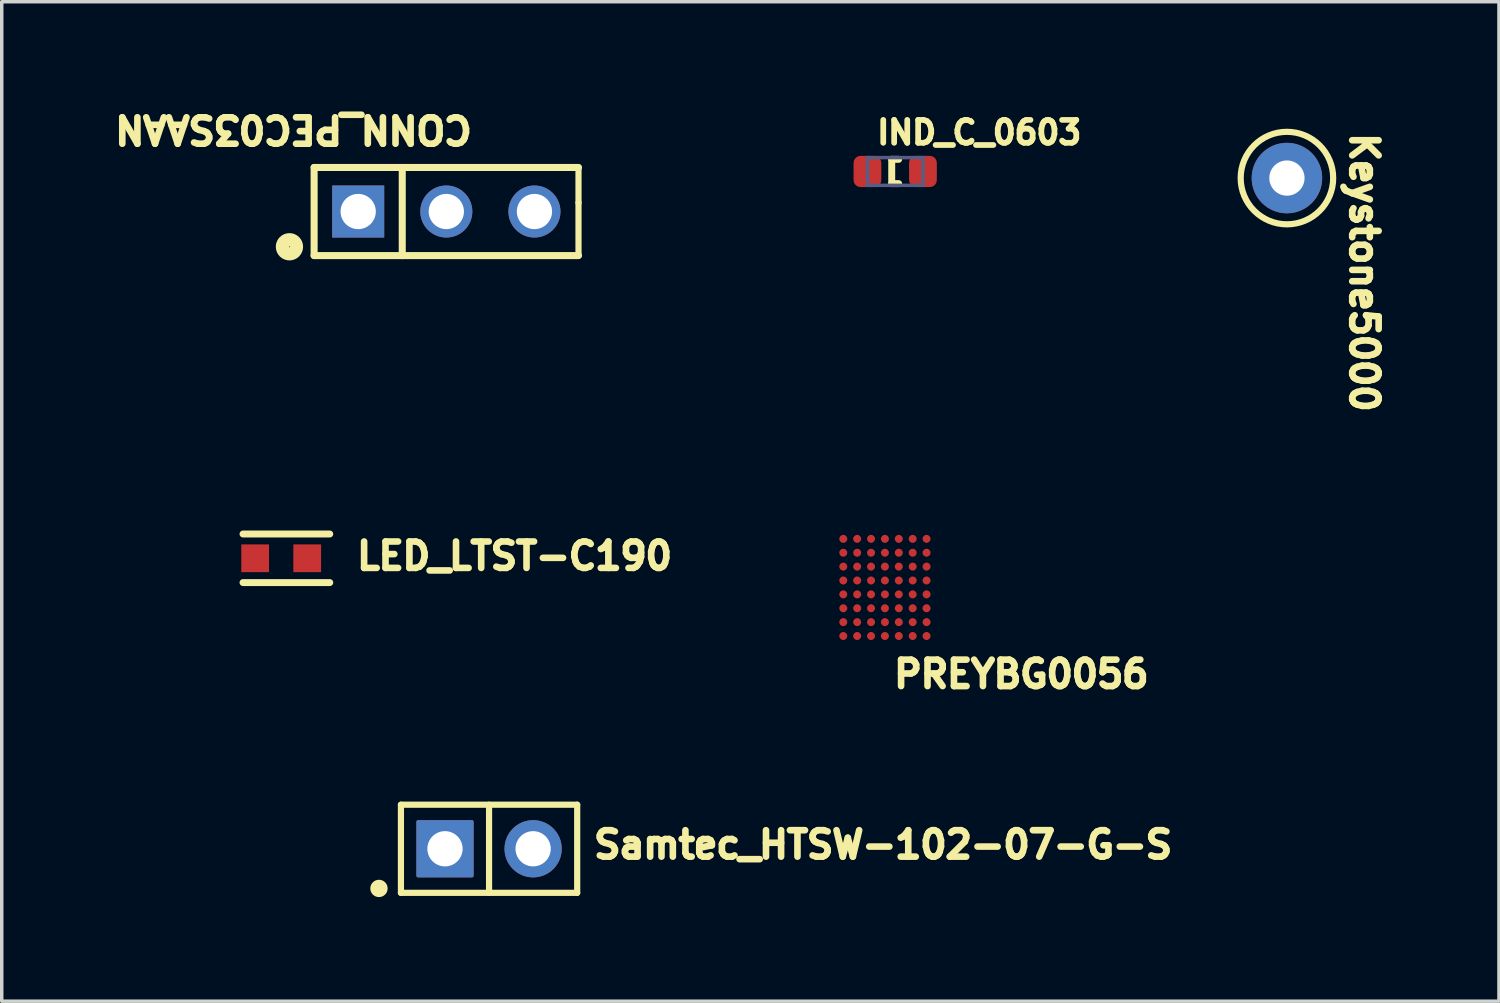
<source format=kicad_pcb>
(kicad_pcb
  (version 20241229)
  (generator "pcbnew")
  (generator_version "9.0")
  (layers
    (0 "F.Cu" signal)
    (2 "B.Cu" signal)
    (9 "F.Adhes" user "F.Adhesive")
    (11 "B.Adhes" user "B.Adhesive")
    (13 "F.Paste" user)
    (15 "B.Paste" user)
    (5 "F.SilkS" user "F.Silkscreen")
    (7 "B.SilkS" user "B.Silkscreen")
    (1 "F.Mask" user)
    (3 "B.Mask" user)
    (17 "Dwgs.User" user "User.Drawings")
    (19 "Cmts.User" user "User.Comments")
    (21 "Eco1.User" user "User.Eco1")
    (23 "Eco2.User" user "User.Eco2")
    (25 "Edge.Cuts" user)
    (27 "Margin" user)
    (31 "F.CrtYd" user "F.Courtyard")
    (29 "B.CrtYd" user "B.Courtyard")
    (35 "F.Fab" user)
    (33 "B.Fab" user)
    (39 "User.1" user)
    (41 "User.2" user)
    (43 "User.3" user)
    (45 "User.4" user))
  (footprint "Samtec_HTSW-102-07-G-S"
    (layer "F.Cu")
    (at 11.045 21.412)
    (property "Reference" "Samtec_HTSW-102-07-G-S" (at 2.921 0.33 0) (unlocked yes) (layer "F.SilkS") (effects (font (size 0.762 0.762) (thickness 0.254) (bold yes)) (justify left bottom)))
    (fp_line (start -2.54 -1.27) (end 2.54 -1.27) (stroke (width 0.178) (type solid)) (layer "F.SilkS"))
    (fp_line (start -2.54 1.27) (end -2.54 -1.27) (stroke (width 0.178) (type solid)) (layer "F.SilkS"))
    (fp_line (start -2.54 1.27) (end 2.54 1.27) (stroke (width 0.178) (type solid)) (layer "F.SilkS"))
    (fp_line (start 0 1.27) (end 0 -1.27) (stroke (width 0.178) (type solid)) (layer "F.SilkS"))
    (fp_line (start 2.54 1.27) (end 2.54 -1.27) (stroke (width 0.178) (type solid)) (layer "F.SilkS"))
    (fp_circle (center -3.173 1.143) (end -3.173 1.018) (stroke (width 0.25) (type solid)) (fill no) (layer "F.SilkS"))
    (fp_line (start -2.54 -1.27) (end 2.54 -1.27) (stroke (width 0.127) (type solid)) (layer "User.5"))
    (fp_line (start -2.54 1.27) (end -2.54 -1.27) (stroke (width 0.127) (type solid)) (layer "User.5"))
    (fp_line (start -2.54 1.27) (end 2.54 1.27) (stroke (width 0.127) (type solid)) (layer "User.5"))
    (fp_line (start 2.54 1.27) (end 2.54 -1.27) (stroke (width 0.127) (type solid)) (layer "User.5"))
    (fp_text user "${REFERENCE}" (at -1.524 0.508 0) (unlocked yes) (layer "User.5") (effects (font (size 0.864 0.864) (thickness 0.127))))
    (pad "1" thru_hole roundrect (at -1.27 0) (size 1.65 1.65) (drill 1.016) (layers "*.Cu" "*.Mask") (roundrect_rratio 0.03))
    (pad "2" thru_hole circle (at 1.27 0) (size 1.65 1.65) (drill 1.016) (layers "*.Cu" "*.Mask")))
  (footprint "IND_C_0603"
    (layer "F.Cu")
    (at 22.75 1.892)
    (property "Reference" "IND_C_0603" (at -0.61 -0.737 0) (unlocked yes) (layer "F.SilkS") (effects (font (size 0.66 0.66) (thickness 0.254) (bold yes)) (justify left bottom)))
    (fp_line (start -0.1 -0.35) (end -0.1 0.35) (stroke (width 0.2) (type solid)) (layer "F.SilkS"))
    (fp_line (start 0.1 -0.35) (end -0.1 -0.35) (stroke (width 0.2) (type solid)) (layer "F.SilkS"))
    (fp_line (start 0.1 0.35) (end -0.1 0.35) (stroke (width 0.2) (type solid)) (layer "F.SilkS"))
    (fp_line (start -1.4 -0.65) (end -1.4 0.65) (stroke (width 0.1) (type solid)) (layer "Eco1.User"))
    (fp_line (start -0.2 -0.3) (end -0.2 0.29) (stroke (width 0.1) (type solid)) (layer "Eco1.User"))
    (fp_line (start 0.2 0.29) (end -0.2 0.29) (stroke (width 0.1) (type solid)) (layer "Eco1.User"))
    (fp_line (start 1.4 -0.65) (end -1.4 -0.65) (stroke (width 0.1) (type solid)) (layer "Eco1.User"))
    (fp_line (start 1.4 -0.65) (end 1.4 0.65) (stroke (width 0.1) (type solid)) (layer "Eco1.User"))
    (fp_line (start 1.4 0.65) (end -1.4 0.65) (stroke (width 0.1) (type solid)) (layer "Eco1.User"))
    (fp_line (start -0.8 -0.4) (end -0.8 0.4) (stroke (width 0.1) (type solid)) (layer "Eco2.User"))
    (fp_line (start 0.8 -0.4) (end -0.8 -0.4) (stroke (width 0.1) (type solid)) (layer "Eco2.User"))
    (fp_line (start 0.8 -0.4) (end 0.8 0.4) (stroke (width 0.1) (type solid)) (layer "Eco2.User"))
    (fp_line (start 0.8 0.4) (end -0.8 0.4) (stroke (width 0.1) (type solid)) (layer "Eco2.User"))
    (fp_line (start -0.8 -0.4) (end -0.8 0.4) (stroke (width 0.1) (type solid)) (layer "B.Fab"))
    (fp_line (start 0.8 -0.4) (end -0.8 -0.4) (stroke (width 0.1) (type solid)) (layer "B.Fab"))
    (fp_line (start 0.8 -0.4) (end 0.8 0.4) (stroke (width 0.1) (type solid)) (layer "B.Fab"))
    (fp_line (start 0.8 0.4) (end -0.8 0.4) (stroke (width 0.1) (type solid)) (layer "B.Fab"))
    (fp_text user "${REFERENCE}" (at -0.94 -0.483 0) (unlocked yes) (layer "Eco2.User") (effects (font (size 0.635 0.635) (thickness 0.06) (bold yes))))
    (pad "1" smd roundrect (at -0.8 0 90) (size 0.9 0.8) (layers "F.Cu" "F.Mask" "F.Paste") (roundrect_rratio 0.25))
    (pad "2" smd roundrect (at 0.8 0 90) (size 0.9 0.8) (layers "F.Cu" "F.Mask" "F.Paste") (roundrect_rratio 0.25)))
  (footprint "Keystone5000"
    (layer "F.Cu")
    (at 34.04 2.082)
    (property "Reference" "Keystone5000" (at 1.778 -1.397 270) (unlocked yes) (layer "F.SilkS") (effects (font (size 0.762 0.762) (thickness 0.254) (bold yes)) (justify left bottom)))
    (fp_circle (center 0 0) (end 1.333 0) (stroke (width 0.178) (type solid)) (fill no) (layer "F.SilkS"))
    (fp_circle (center 0 0) (end 1.333 0) (stroke (width 0.1) (type solid)) (fill no) (layer "User.5"))
    (fp_text user "${REFERENCE}" (at -2.286 0.381 270) (unlocked yes) (layer "User.5") (effects (font (size 0.457 0.457) (thickness 0.076))))
    (pad "1" thru_hole circle (at 0 0) (size 2.032 2.032) (drill 1.016) (layers "*.Cu" "*.Mask")))
  (footprint "CONN_PEC03SAAN"
    (layer "F.Cu")
    (at 9.813 3.046)
    (property "Reference" "CONN_PEC03SAAN" (at 0.838 -2.819 180) (unlocked yes) (layer "F.SilkS") (effects (font (size 0.762 0.762) (thickness 0.254) (bold yes)) (justify left bottom)))
    (fp_line (start -3.81 1.27) (end -3.81 -1.27) (stroke (width 0.203) (type solid)) (layer "F.SilkS"))
    (fp_line (start -1.27 1.27) (end -3.81 1.27) (stroke (width 0.203) (type solid)) (layer "F.SilkS"))
    (fp_line (start -1.27 1.27) (end -1.27 -1.27) (stroke (width 0.203) (type solid)) (layer "F.SilkS"))
    (fp_line (start 3.81 -1.27) (end -3.81 -1.27) (stroke (width 0.203) (type solid)) (layer "F.SilkS"))
    (fp_line (start 3.81 -0.254) (end 3.81 -1.27) (stroke (width 0.178) (type solid)) (layer "F.SilkS"))
    (fp_line (start 3.81 1.27) (end -1.27 1.27) (stroke (width 0.203) (type solid)) (layer "F.SilkS"))
    (fp_line (start 3.81 1.27) (end 3.81 -0.254) (stroke (width 0.178) (type solid)) (layer "F.SilkS"))
    (fp_circle (center -4.521 1.016) (end -4.724 1.016) (stroke (width 0.381) (type solid)) (fill no) (layer "F.SilkS"))
    (fp_line (start -3.81 1.27) (end -3.81 -1.27) (stroke (width 0.127) (type solid)) (layer "User.5"))
    (fp_line (start 3.81 -1.27) (end -3.81 -1.27) (stroke (width 0.127) (type solid)) (layer "User.5"))
    (fp_line (start 3.81 1.27) (end -3.81 1.27) (stroke (width 0.127) (type solid)) (layer "User.5"))
    (fp_line (start 3.81 1.27) (end 3.81 -1.27) (stroke (width 0.127) (type solid)) (layer "User.5"))
    (fp_text user "${REFERENCE}" (at 0.965 -0.406 180) (unlocked yes) (layer "User.5") (effects (font (size 0.762 0.762) (thickness 0.102))))
    (pad "1" thru_hole rect (at -2.54 0) (size 1.5 1.5) (drill 1.016) (layers "*.Cu" "*.Mask"))
    (pad "2" thru_hole circle (at 0 0) (size 1.5 1.5) (drill 1.016) (layers "*.Cu" "*.Mask"))
    (pad "3" thru_hole circle (at 2.54 0) (size 1.5 1.5) (drill 1.016) (layers "*.Cu" "*.Mask")))
  (footprint "PREYBG0056"
    (layer "F.Cu")
    (at 22.454 13.88)
    (property "Reference" "PREYBG0056" (at 0.159 2.946 0) (unlocked yes) (layer "F.SilkS") (effects (font (size 0.762 0.762) (thickness 0.254) (bold yes)) (justify left bottom)))
    (fp_line (start -1.492 -1.743) (end 1.492 -1.743) (stroke (width 0.1) (type solid)) (layer "User.5"))
    (fp_line (start -1.492 1.743) (end -1.492 -1.743) (stroke (width 0.1) (type solid)) (layer "User.5"))
    (fp_line (start -1.492 1.743) (end 1.492 1.743) (stroke (width 0.1) (type solid)) (layer "User.5"))
    (fp_line (start 1.492 1.743) (end 1.492 -1.743) (stroke (width 0.1) (type solid)) (layer "User.5"))
    (fp_circle (center -1.2 -1.4) (end -1.2 -1.6) (stroke (width 0.1) (type solid)) (fill no) (layer "User.5"))
    (fp_text user "${REFERENCE}" (at -0.349 0.152 0) (unlocked yes) (layer "User.5") (effects (font (size 0.508 0.508) (thickness 0.089))))
    (pad "A1" smd circle (at -1.2 -1.4) (size 0.23 0.23) (layers "F.Cu" "F.Mask" "F.Paste"))
    (pad "A2" smd circle (at -0.8 -1.4) (size 0.23 0.23) (layers "F.Cu" "F.Mask" "F.Paste"))
    (pad "A3" smd circle (at -0.4 -1.4) (size 0.23 0.23) (layers "F.Cu" "F.Mask" "F.Paste"))
    (pad "A4" smd circle (at 0 -1.4) (size 0.23 0.23) (layers "F.Cu" "F.Mask" "F.Paste"))
    (pad "A5" smd circle (at 0.4 -1.4) (size 0.23 0.23) (layers "F.Cu" "F.Mask" "F.Paste"))
    (pad "A6" smd circle (at 0.8 -1.4) (size 0.23 0.23) (layers "F.Cu" "F.Mask" "F.Paste"))
    (pad "A7" smd circle (at 1.2 -1.4) (size 0.23 0.23) (layers "F.Cu" "F.Mask" "F.Paste"))
    (pad "B1" smd circle (at -1.2 -1) (size 0.23 0.23) (layers "F.Cu" "F.Mask" "F.Paste"))
    (pad "B2" smd circle (at -0.8 -1) (size 0.23 0.23) (layers "F.Cu" "F.Mask" "F.Paste"))
    (pad "B3" smd circle (at -0.4 -1) (size 0.23 0.23) (layers "F.Cu" "F.Mask" "F.Paste"))
    (pad "B4" smd circle (at 0 -1) (size 0.23 0.23) (layers "F.Cu" "F.Mask" "F.Paste"))
    (pad "B5" smd circle (at 0.4 -1) (size 0.23 0.23) (layers "F.Cu" "F.Mask" "F.Paste"))
    (pad "B6" smd circle (at 0.8 -1) (size 0.23 0.23) (layers "F.Cu" "F.Mask" "F.Paste"))
    (pad "B7" smd circle (at 1.2 -1) (size 0.23 0.23) (layers "F.Cu" "F.Mask" "F.Paste"))
    (pad "C1" smd circle (at -1.2 -0.6) (size 0.23 0.23) (layers "F.Cu" "F.Mask" "F.Paste"))
    (pad "C2" smd circle (at -0.8 -0.6) (size 0.23 0.23) (layers "F.Cu" "F.Mask" "F.Paste"))
    (pad "C3" smd circle (at -0.4 -0.6) (size 0.23 0.23) (layers "F.Cu" "F.Mask" "F.Paste"))
    (pad "C4" smd circle (at 0 -0.6) (size 0.23 0.23) (layers "F.Cu" "F.Mask" "F.Paste"))
    (pad "C5" smd circle (at 0.4 -0.6) (size 0.23 0.23) (layers "F.Cu" "F.Mask" "F.Paste"))
    (pad "C6" smd circle (at 0.8 -0.6) (size 0.23 0.23) (layers "F.Cu" "F.Mask" "F.Paste"))
    (pad "C7" smd circle (at 1.2 -0.6) (size 0.23 0.23) (layers "F.Cu" "F.Mask" "F.Paste"))
    (pad "D1" smd circle (at -1.2 -0.2) (size 0.23 0.23) (layers "F.Cu" "F.Mask" "F.Paste"))
    (pad "D2" smd circle (at -0.8 -0.2) (size 0.23 0.23) (layers "F.Cu" "F.Mask" "F.Paste"))
    (pad "D3" smd circle (at -0.4 -0.2) (size 0.23 0.23) (layers "F.Cu" "F.Mask" "F.Paste"))
    (pad "D4" smd circle (at 0 -0.2) (size 0.23 0.23) (layers "F.Cu" "F.Mask" "F.Paste"))
    (pad "D5" smd circle (at 0.4 -0.2) (size 0.23 0.23) (layers "F.Cu" "F.Mask" "F.Paste"))
    (pad "D6" smd circle (at 0.8 -0.2) (size 0.23 0.23) (layers "F.Cu" "F.Mask" "F.Paste"))
    (pad "D7" smd circle (at 1.2 -0.2) (size 0.23 0.23) (layers "F.Cu" "F.Mask" "F.Paste"))
    (pad "E1" smd circle (at -1.2 0.2) (size 0.23 0.23) (layers "F.Cu" "F.Mask" "F.Paste"))
    (pad "E2" smd circle (at -0.8 0.2) (size 0.23 0.23) (layers "F.Cu" "F.Mask" "F.Paste"))
    (pad "E3" smd circle (at -0.4 0.2) (size 0.23 0.23) (layers "F.Cu" "F.Mask" "F.Paste"))
    (pad "E4" smd circle (at 0 0.2) (size 0.23 0.23) (layers "F.Cu" "F.Mask" "F.Paste"))
    (pad "E5" smd circle (at 0.4 0.2) (size 0.23 0.23) (layers "F.Cu" "F.Mask" "F.Paste"))
    (pad "E6" smd circle (at 0.8 0.2) (size 0.23 0.23) (layers "F.Cu" "F.Mask" "F.Paste"))
    (pad "E7" smd circle (at 1.2 0.2) (size 0.23 0.23) (layers "F.Cu" "F.Mask" "F.Paste"))
    (pad "F1" smd circle (at -1.2 0.6) (size 0.23 0.23) (layers "F.Cu" "F.Mask" "F.Paste"))
    (pad "F2" smd circle (at -0.8 0.6) (size 0.23 0.23) (layers "F.Cu" "F.Mask" "F.Paste"))
    (pad "F3" smd circle (at -0.4 0.6) (size 0.23 0.23) (layers "F.Cu" "F.Mask" "F.Paste"))
    (pad "F4" smd circle (at 0 0.6) (size 0.23 0.23) (layers "F.Cu" "F.Mask" "F.Paste"))
    (pad "F5" smd circle (at 0.4 0.6) (size 0.23 0.23) (layers "F.Cu" "F.Mask" "F.Paste"))
    (pad "F6" smd circle (at 0.8 0.6) (size 0.23 0.23) (layers "F.Cu" "F.Mask" "F.Paste"))
    (pad "F7" smd circle (at 1.2 0.6) (size 0.23 0.23) (layers "F.Cu" "F.Mask" "F.Paste"))
    (pad "G1" smd circle (at -1.2 1) (size 0.23 0.23) (layers "F.Cu" "F.Mask" "F.Paste"))
    (pad "G2" smd circle (at -0.8 1) (size 0.23 0.23) (layers "F.Cu" "F.Mask" "F.Paste"))
    (pad "G3" smd circle (at -0.4 1) (size 0.23 0.23) (layers "F.Cu" "F.Mask" "F.Paste"))
    (pad "G4" smd circle (at 0 1) (size 0.23 0.23) (layers "F.Cu" "F.Mask" "F.Paste"))
    (pad "G5" smd circle (at 0.4 1) (size 0.23 0.23) (layers "F.Cu" "F.Mask" "F.Paste"))
    (pad "G6" smd circle (at 0.8 1) (size 0.23 0.23) (layers "F.Cu" "F.Mask" "F.Paste"))
    (pad "G7" smd circle (at 1.2 1) (size 0.23 0.23) (layers "F.Cu" "F.Mask" "F.Paste"))
    (pad "H1" smd circle (at -1.2 1.4) (size 0.23 0.23) (layers "F.Cu" "F.Mask" "F.Paste"))
    (pad "H2" smd circle (at -0.8 1.4) (size 0.23 0.23) (layers "F.Cu" "F.Mask" "F.Paste"))
    (pad "H3" smd circle (at -0.4 1.4) (size 0.23 0.23) (layers "F.Cu" "F.Mask" "F.Paste"))
    (pad "H4" smd circle (at 0 1.4) (size 0.23 0.23) (layers "F.Cu" "F.Mask" "F.Paste"))
    (pad "H5" smd circle (at 0.4 1.4) (size 0.23 0.23) (layers "F.Cu" "F.Mask" "F.Paste"))
    (pad "H6" smd circle (at 0.8 1.4) (size 0.23 0.23) (layers "F.Cu" "F.Mask" "F.Paste"))
    (pad "H7" smd circle (at 1.2 1.4) (size 0.23 0.23) (layers "F.Cu" "F.Mask" "F.Paste")))
  (footprint "LED_LTST-C190"
    (layer "F.Cu")
    (at 5.054 13.04)
    (property "Reference" "LED_LTST-C190" (at 2.083 0.381 0) (unlocked yes) (layer "F.SilkS") (effects (font (size 0.762 0.762) (thickness 0.254) (bold yes)) (justify left bottom)))
    (fp_line (start -1.1 -0.7) (end 1.4 -0.7) (stroke (width 0.2) (type solid)) (layer "F.SilkS"))
    (fp_line (start -1.1 0.7) (end 1.4 0.7) (stroke (width 0.2) (type solid)) (layer "F.SilkS"))
    (fp_line (start -1.1 -0.7) (end 1.4 -0.7) (stroke (width 0.1) (type solid)) (layer "User.5"))
    (fp_line (start -1.1 0.7) (end 1.4 0.7) (stroke (width 0.1) (type solid)) (layer "User.5"))
    (fp_text user "${REFERENCE}" (at -1.2 0.3 0) (unlocked yes) (layer "User.5") (effects (font (size 0.635 0.635) (thickness 0.102))))
    (pad "1" smd rect (at -0.75 0) (size 0.8 0.8) (layers "F.Cu" "F.Mask" "F.Paste"))
    (pad "2" smd rect (at 0.75 0) (size 0.8 0.8) (layers "F.Cu" "F.Mask" "F.Paste")))
  (gr_rect
    (start -3 -3)
    (end 40.151 25.805)
    (stroke (width 0.1) (type default))
    (fill no)
    (layer "Edge.Cuts")))
</source>
